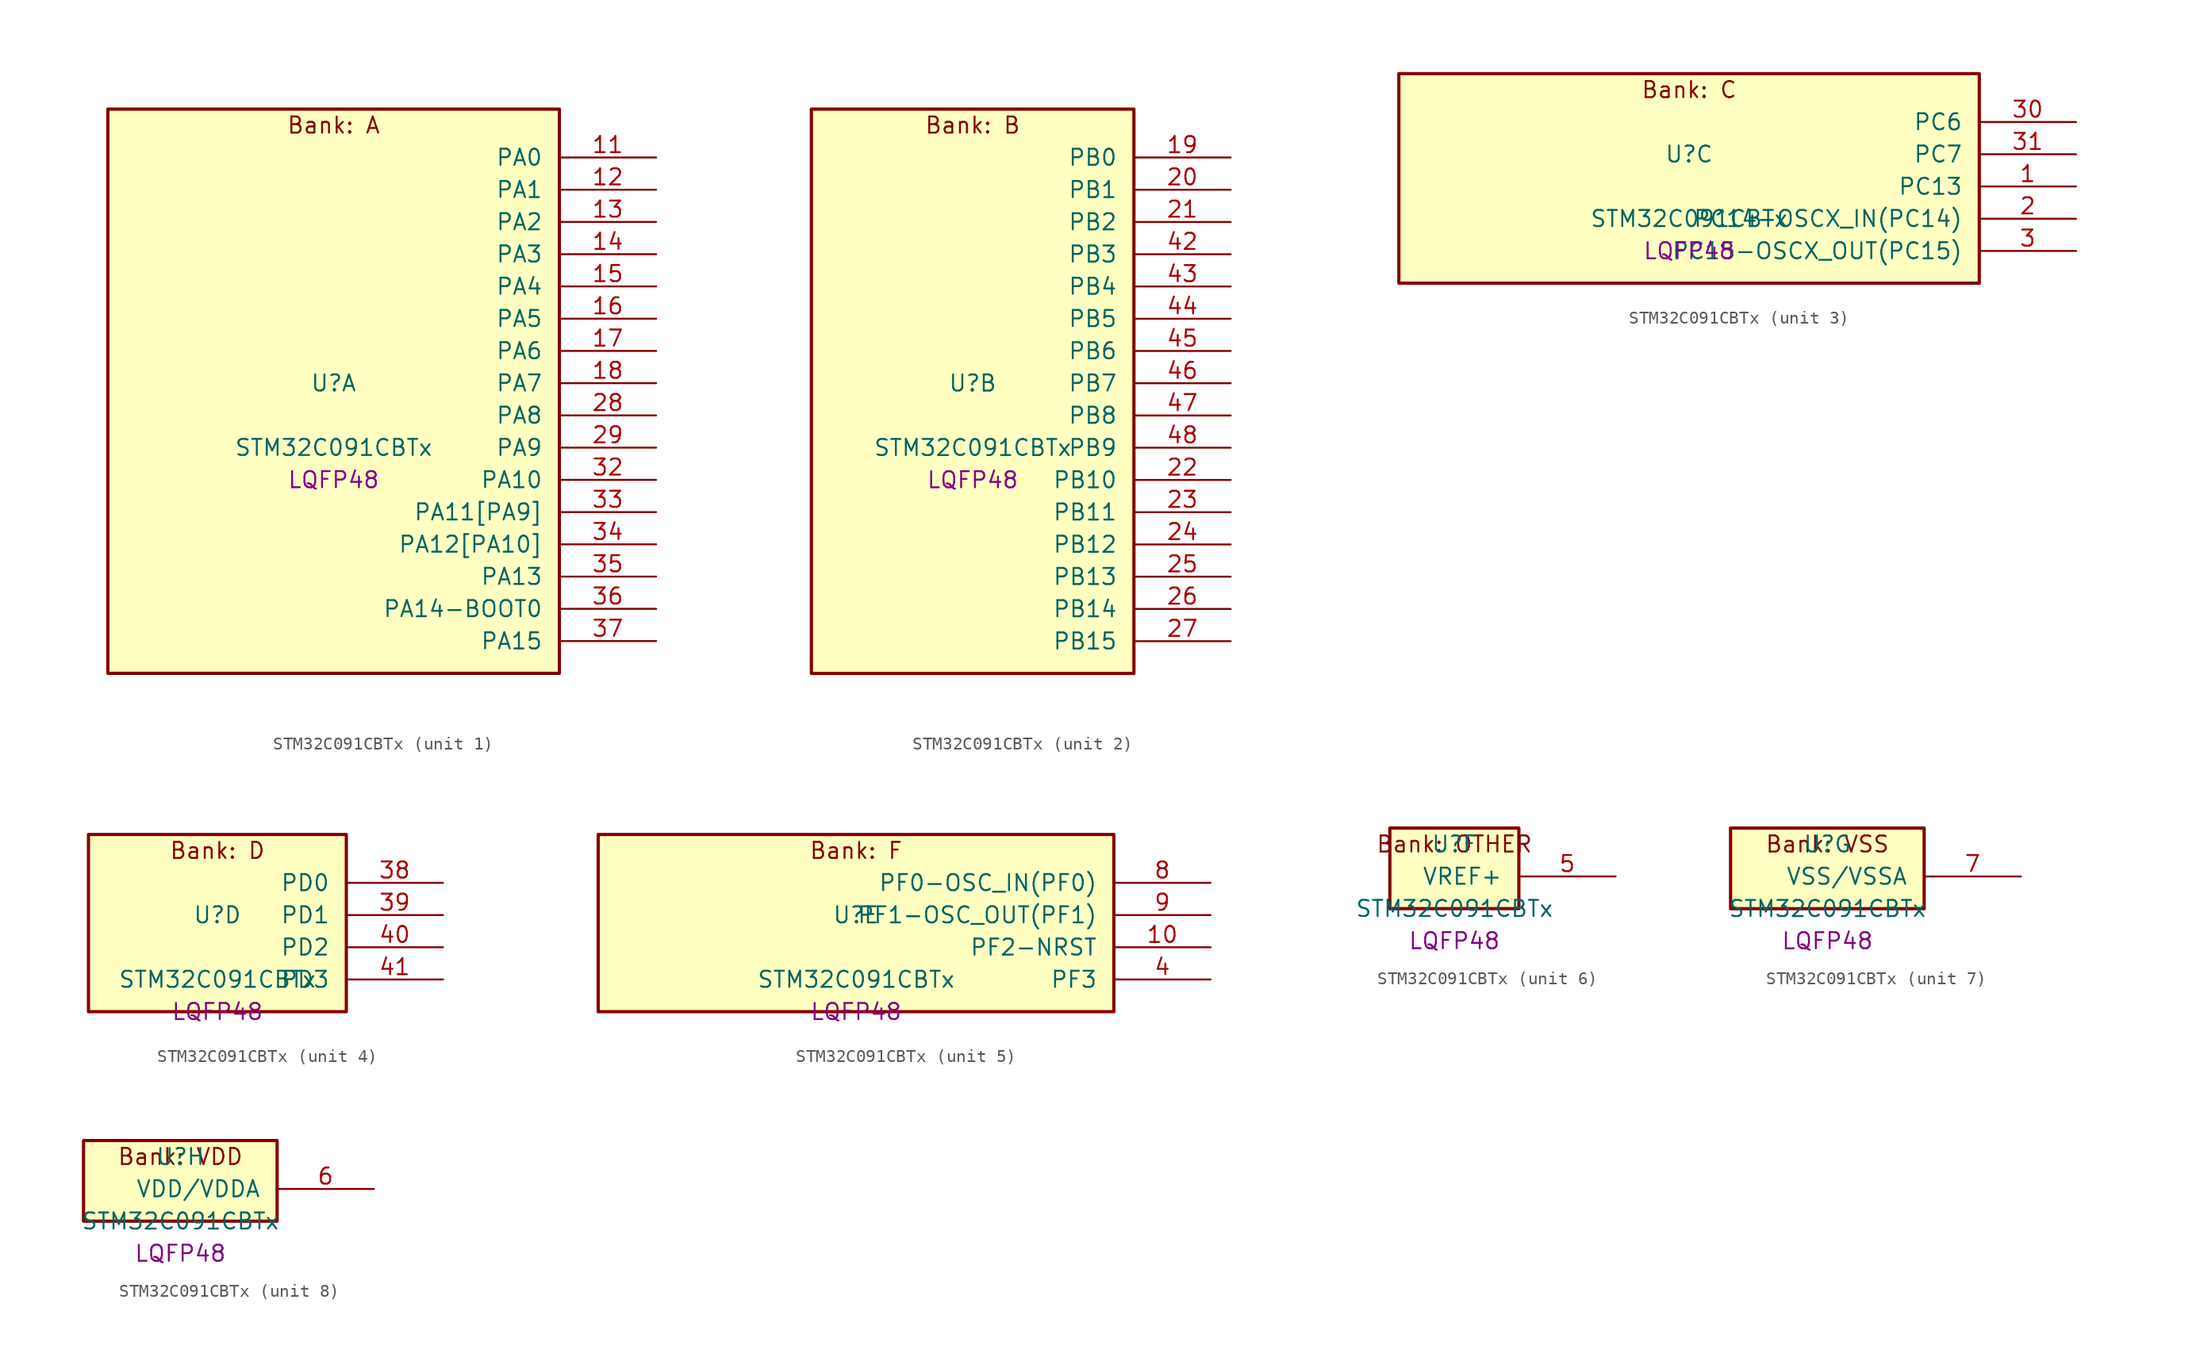
<source format=kicad_sym>
(kicad_symbol_lib
  (version 20241209)
  (generator "stm32_pkl_generator")
  (generator_version "1.0")
  (symbol "STM32C091CBTx"
    (pin_names
      (offset 1.27))
    (property "Reference" "U"
      (at 0 2.54 0))
    (property "Value" "STM32C091CBTx"
      (at 0 -2.54 0))
    (property "Footprint" "LQFP48"
      (at 0 -5.08 0))
    (symbol "STM32C091CBTx_1_1"
      (rectangle (start -17.78 24.13) (end 17.78 -20.32) (stroke (width 0.254) (type solid)) (fill (type background)))
      (text "Bank: A" (at 0 22.86 0))
      (pin bidirectional line (at 25.4 20.32 180) (length 7.62) (name "PA0") (number "11") (alternate "PA0/ADC1_IN0" bidirectional line) (alternate "PA0/PWR_WKUP1" bidirectional line) (alternate "PA0/SPI2_SCK" bidirectional line) (alternate "PA0/TIM16_CH1" bidirectional line) (alternate "PA0/TIM1_CH1" bidirectional line) (alternate "PA0/TIM2_CH1" bidirectional line) (alternate "PA0/TIM2_ETR" bidirectional line) (alternate "PA0/USART1_TX" bidirectional line) (alternate "PA0/USART2_CTS" bidirectional line) (alternate "PA0/USART2_NSS" bidirectional line) (alternate "PA0/USART4_TX" bidirectional line))
      (pin bidirectional line (at 25.4 17.78 180) (length 7.62) (name "PA1") (number "12") (alternate "PA1/ADC1_IN1" bidirectional line) (alternate "PA1/I2C1_SMBA" bidirectional line) (alternate "PA1/I2S1_CK" bidirectional line) (alternate "PA1/SPI1_SCK" bidirectional line) (alternate "PA1/TIM15_CH1N" bidirectional line) (alternate "PA1/TIM17_CH1" bidirectional line) (alternate "PA1/TIM1_CH2" bidirectional line) (alternate "PA1/TIM2_CH2" bidirectional line) (alternate "PA1/USART1_RX" bidirectional line) (alternate "PA1/USART2_CK" bidirectional line) (alternate "PA1/USART2_DE" bidirectional line) (alternate "PA1/USART2_RTS" bidirectional line) (alternate "PA1/USART4_RX" bidirectional line))
      (pin bidirectional line (at 25.4 15.24 180) (length 7.62) (name "PA2") (number "13") (alternate "PA2/ADC1_IN2" bidirectional line) (alternate "PA2/I2S1_SD" bidirectional line) (alternate "PA2/PWR_WKUP4" bidirectional line) (alternate "PA2/RCC_LSCO" bidirectional line) (alternate "PA2/SPI1_MOSI" bidirectional line) (alternate "PA2/TIM15_CH1" bidirectional line) (alternate "PA2/TIM16_CH1N" bidirectional line) (alternate "PA2/TIM1_CH3" bidirectional line) (alternate "PA2/TIM2_CH3" bidirectional line) (alternate "PA2/TIM3_ETR" bidirectional line) (alternate "PA2/USART2_TX" bidirectional line))
      (pin bidirectional line (at 25.4 12.7 180) (length 7.62) (name "PA3") (number "14") (alternate "PA3/ADC1_IN3" bidirectional line) (alternate "PA3/SPI2_MISO" bidirectional line) (alternate "PA3/TIM15_CH2" bidirectional line) (alternate "PA3/TIM1_CH1N" bidirectional line) (alternate "PA3/TIM1_CH4" bidirectional line) (alternate "PA3/TIM2_CH4" bidirectional line) (alternate "PA3/USART2_RX" bidirectional line))
      (pin bidirectional line (at 25.4 10.16 180) (length 7.62) (name "PA4") (number "15") (alternate "PA4/ADC1_IN4" bidirectional line) (alternate "PA4/I2S1_WS" bidirectional line) (alternate "PA4/RTC_OUT2" bidirectional line) (alternate "PA4/SPI1_NSS" bidirectional line) (alternate "PA4/SPI2_MOSI" bidirectional line) (alternate "PA4/TIM14_CH1" bidirectional line) (alternate "PA4/TIM17_CH1N" bidirectional line) (alternate "PA4/TIM1_CH2N" bidirectional line) (alternate "PA4/USART2_TX" bidirectional line))
      (pin bidirectional line (at 25.4 7.62 180) (length 7.62) (name "PA5") (number "16") (alternate "PA5/ADC1_IN5" bidirectional line) (alternate "PA5/I2S1_CK" bidirectional line) (alternate "PA5/SPI1_SCK" bidirectional line) (alternate "PA5/TIM1_CH1" bidirectional line) (alternate "PA5/TIM1_CH3N" bidirectional line) (alternate "PA5/TIM2_CH1" bidirectional line) (alternate "PA5/TIM2_ETR" bidirectional line) (alternate "PA5/USART2_RX" bidirectional line) (alternate "PA5/USART3_TX" bidirectional line))
      (pin bidirectional line (at 25.4 5.08 180) (length 7.62) (name "PA6") (number "17") (alternate "PA6/ADC1_IN6" bidirectional line) (alternate "PA6/I2C2_SDA" bidirectional line) (alternate "PA6/I2S1_MCK" bidirectional line) (alternate "PA6/SPI1_MISO" bidirectional line) (alternate "PA6/TIM16_CH1" bidirectional line) (alternate "PA6/TIM1_BKIN" bidirectional line) (alternate "PA6/TIM3_CH1" bidirectional line) (alternate "PA6/USART3_CTS" bidirectional line) (alternate "PA6/USART3_NSS" bidirectional line))
      (pin bidirectional line (at 25.4 2.54 180) (length 7.62) (name "PA7") (number "18") (alternate "PA7/ADC1_IN7" bidirectional line) (alternate "PA7/I2C2_SCL" bidirectional line) (alternate "PA7/I2S1_SD" bidirectional line) (alternate "PA7/SPI1_MOSI" bidirectional line) (alternate "PA7/TIM14_CH1" bidirectional line) (alternate "PA7/TIM17_CH1" bidirectional line) (alternate "PA7/TIM1_CH1N" bidirectional line) (alternate "PA7/TIM3_CH2" bidirectional line))
      (pin bidirectional line (at 25.4 0 180) (length 7.62) (name "PA8") (number "28") (alternate "PA8/ADC1_IN8" bidirectional line) (alternate "PA8/I2S1_WS" bidirectional line) (alternate "PA8/RCC_MCO" bidirectional line) (alternate "PA8/RCC_MCO_2" bidirectional line) (alternate "PA8/SPI1_NSS" bidirectional line) (alternate "PA8/SPI2_MISO" bidirectional line) (alternate "PA8/SPI2_NSS" bidirectional line) (alternate "PA8/TIM14_CH1" bidirectional line) (alternate "PA8/TIM1_CH1" bidirectional line) (alternate "PA8/TIM1_CH2N" bidirectional line) (alternate "PA8/TIM1_CH3N" bidirectional line) (alternate "PA8/TIM3_CH3" bidirectional line) (alternate "PA8/TIM3_CH4" bidirectional line) (alternate "PA8/USART1_RX" bidirectional line) (alternate "PA8/USART2_TX" bidirectional line))
      (pin bidirectional line (at 25.4 -2.54 180) (length 7.62) (name "PA9") (number "29") (alternate "PA9/I2C1_SCL" bidirectional line) (alternate "PA9/I2C2_SCL" bidirectional line) (alternate "PA9/RCC_MCO" bidirectional line) (alternate "PA9/SPI2_MISO" bidirectional line) (alternate "PA9/TIM15_BKIN" bidirectional line) (alternate "PA9/TIM1_CH2" bidirectional line) (alternate "PA9/TIM3_ETR" bidirectional line) (alternate "PA9/USART1_TX" bidirectional line) (alternate "PA9/NC" bidirectional line))
      (pin bidirectional line (at 25.4 -5.08 180) (length 7.62) (name "PA10") (number "32") (alternate "PA10/I2C1_SDA" bidirectional line) (alternate "PA10/I2C2_SDA" bidirectional line) (alternate "PA10/RCC_MCO_2" bidirectional line) (alternate "PA10/SPI2_MOSI" bidirectional line) (alternate "PA10/TIM17_BKIN" bidirectional line) (alternate "PA10/TIM1_CH3" bidirectional line) (alternate "PA10/USART1_RX" bidirectional line) (alternate "PA10/NC" bidirectional line))
      (pin bidirectional line (at 25.4 -7.62 180) (length 7.62) (name "PA11[PA9]") (number "33") (alternate "PA11[PA9]/ADC1_EXTI11" bidirectional line) (alternate "PA11[PA9]/I2C2_SCL" bidirectional line) (alternate "PA11[PA9]/I2S1_MCK" bidirectional line) (alternate "PA11[PA9]/SPI1_MISO" bidirectional line) (alternate "PA11[PA9]/TIM1_BKIN2" bidirectional line) (alternate "PA11[PA9]/TIM1_CH4" bidirectional line) (alternate "PA11[PA9]/USART1_CTS" bidirectional line) (alternate "PA11[PA9]/USART1_NSS" bidirectional line) (alternate "PA11[PA9]/PA9[PA11]" bidirectional line) (alternate "PA11[PA9]/I2C1_SCL" bidirectional line) (alternate "PA11[PA9]/RCC_MCO" bidirectional line) (alternate "PA11[PA9]/SPI2_MISO" bidirectional line) (alternate "PA11[PA9]/TIM15_BKIN" bidirectional line) (alternate "PA11[PA9]/TIM1_CH2" bidirectional line) (alternate "PA11[PA9]/TIM3_ETR" bidirectional line) (alternate "PA11[PA9]/USART1_TX" bidirectional line))
      (pin bidirectional line (at 25.4 -10.16 180) (length 7.62) (name "PA12[PA10]") (number "34") (alternate "PA12[PA10]/I2C2_SDA" bidirectional line) (alternate "PA12[PA10]/I2S1_SD" bidirectional line) (alternate "PA12[PA10]/I2S_CKIN" bidirectional line) (alternate "PA12[PA10]/SPI1_MOSI" bidirectional line) (alternate "PA12[PA10]/TIM1_ETR" bidirectional line) (alternate "PA12[PA10]/USART1_CK" bidirectional line) (alternate "PA12[PA10]/USART1_DE" bidirectional line) (alternate "PA12[PA10]/USART1_RTS" bidirectional line) (alternate "PA12[PA10]/PA10[PA12]" bidirectional line) (alternate "PA12[PA10]/I2C1_SDA" bidirectional line) (alternate "PA12[PA10]/RCC_MCO_2" bidirectional line) (alternate "PA12[PA10]/SPI2_MOSI" bidirectional line) (alternate "PA12[PA10]/TIM17_BKIN" bidirectional line) (alternate "PA12[PA10]/TIM1_CH3" bidirectional line) (alternate "PA12[PA10]/USART1_RX" bidirectional line))
      (pin bidirectional line (at 25.4 -12.7 180) (length 7.62) (name "PA13") (number "35") (alternate "PA13/ADC1_IN13" bidirectional line) (alternate "PA13/DEBUG_SWDIO" bidirectional line) (alternate "PA13/IR_OUT" bidirectional line) (alternate "PA13/TIM3_ETR" bidirectional line) (alternate "PA13/USART2_RX" bidirectional line))
      (pin bidirectional line (at 25.4 -15.24 180) (length 7.62) (name "PA14-BOOT0") (number "36") (alternate "PA14-BOOT0/ADC1_IN14" bidirectional line) (alternate "PA14-BOOT0/BOOT0" bidirectional line) (alternate "PA14-BOOT0/DEBUG_SWCLK" bidirectional line) (alternate "PA14-BOOT0/I2S1_WS" bidirectional line) (alternate "PA14-BOOT0/RCC_MCO_2" bidirectional line) (alternate "PA14-BOOT0/SPI1_NSS" bidirectional line) (alternate "PA14-BOOT0/TIM1_CH1" bidirectional line) (alternate "PA14-BOOT0/USART1_CK" bidirectional line) (alternate "PA14-BOOT0/USART1_DE" bidirectional line) (alternate "PA14-BOOT0/USART1_RTS" bidirectional line) (alternate "PA14-BOOT0/USART2_RX" bidirectional line) (alternate "PA14-BOOT0/USART2_TX" bidirectional line))
      (pin bidirectional line (at 25.4 -17.78 180) (length 7.62) (name "PA15") (number "37") (alternate "PA15/I2S1_WS" bidirectional line) (alternate "PA15/RCC_MCO_2" bidirectional line) (alternate "PA15/SPI1_NSS" bidirectional line) (alternate "PA15/TIM1_CH1" bidirectional line) (alternate "PA15/TIM2_CH1" bidirectional line) (alternate "PA15/TIM2_ETR" bidirectional line) (alternate "PA15/USART1_CK" bidirectional line) (alternate "PA15/USART1_DE" bidirectional line) (alternate "PA15/USART1_RTS" bidirectional line) (alternate "PA15/USART2_RX" bidirectional line) (alternate "PA15/USART3_CK" bidirectional line) (alternate "PA15/USART3_DE" bidirectional line) (alternate "PA15/USART3_RTS" bidirectional line) (alternate "PA15/USART4_CK" bidirectional line) (alternate "PA15/USART4_DE" bidirectional line) (alternate "PA15/USART4_RTS" bidirectional line)))
    (symbol "STM32C091CBTx_2_1"
      (rectangle (start -12.7 24.13) (end 12.7 -20.32) (stroke (width 0.254) (type solid)) (fill (type background)))
      (text "Bank: B" (at 0 22.86 0))
      (pin bidirectional line (at 20.32 20.32 180) (length 7.62) (name "PB0") (number "19") (alternate "PB0/ADC1_IN17" bidirectional line) (alternate "PB0/I2S1_WS" bidirectional line) (alternate "PB0/SPI1_NSS" bidirectional line) (alternate "PB0/TIM1_CH2N" bidirectional line) (alternate "PB0/TIM3_CH3" bidirectional line) (alternate "PB0/USART3_RX" bidirectional line))
      (pin bidirectional line (at 20.32 17.78 180) (length 7.62) (name "PB1") (number "20") (alternate "PB1/ADC1_IN18" bidirectional line) (alternate "PB1/TIM14_CH1" bidirectional line) (alternate "PB1/TIM1_CH2N" bidirectional line) (alternate "PB1/TIM1_CH3N" bidirectional line) (alternate "PB1/TIM3_CH4" bidirectional line) (alternate "PB1/USART3_CK" bidirectional line) (alternate "PB1/USART3_DE" bidirectional line) (alternate "PB1/USART3_RTS" bidirectional line))
      (pin bidirectional line (at 20.32 15.24 180) (length 7.62) (name "PB2") (number "21") (alternate "PB2/ADC1_IN19" bidirectional line) (alternate "PB2/RCC_MCO_2" bidirectional line) (alternate "PB2/SPI2_MISO" bidirectional line) (alternate "PB2/USART1_RX" bidirectional line) (alternate "PB2/USART3_TX" bidirectional line))
      (pin bidirectional line (at 20.32 12.7 180) (length 7.62) (name "PB3") (number "42") (alternate "PB3/I2C2_SCL" bidirectional line) (alternate "PB3/I2S1_CK" bidirectional line) (alternate "PB3/SPI1_SCK" bidirectional line) (alternate "PB3/TIM1_CH2" bidirectional line) (alternate "PB3/TIM2_CH2" bidirectional line) (alternate "PB3/TIM3_CH2" bidirectional line) (alternate "PB3/USART1_CK" bidirectional line) (alternate "PB3/USART1_DE" bidirectional line) (alternate "PB3/USART1_RTS" bidirectional line))
      (pin bidirectional line (at 20.32 10.16 180) (length 7.62) (name "PB4") (number "43") (alternate "PB4/I2C2_SDA" bidirectional line) (alternate "PB4/I2S1_MCK" bidirectional line) (alternate "PB4/SPI1_MISO" bidirectional line) (alternate "PB4/TIM17_BKIN" bidirectional line) (alternate "PB4/TIM3_CH1" bidirectional line) (alternate "PB4/USART1_CTS" bidirectional line) (alternate "PB4/USART1_NSS" bidirectional line))
      (pin bidirectional line (at 20.32 7.62 180) (length 7.62) (name "PB5") (number "44") (alternate "PB5/I2C1_SMBA" bidirectional line) (alternate "PB5/I2S1_SD" bidirectional line) (alternate "PB5/PWR_WKUP6" bidirectional line) (alternate "PB5/SPI1_MOSI" bidirectional line) (alternate "PB5/TIM16_BKIN" bidirectional line) (alternate "PB5/TIM3_CH2" bidirectional line) (alternate "PB5/TIM3_CH3" bidirectional line))
      (pin bidirectional line (at 20.32 5.08 180) (length 7.62) (name "PB6") (number "45") (alternate "PB6/I2C1_SCL" bidirectional line) (alternate "PB6/I2C1_SMBA" bidirectional line) (alternate "PB6/I2S1_CK" bidirectional line) (alternate "PB6/I2S1_MCK" bidirectional line) (alternate "PB6/I2S1_SD" bidirectional line) (alternate "PB6/PWR_WKUP3" bidirectional line) (alternate "PB6/SPI1_MISO" bidirectional line) (alternate "PB6/SPI1_MOSI" bidirectional line) (alternate "PB6/SPI1_SCK" bidirectional line) (alternate "PB6/SPI2_MISO" bidirectional line) (alternate "PB6/TIM16_BKIN" bidirectional line) (alternate "PB6/TIM16_CH1N" bidirectional line) (alternate "PB6/TIM1_CH2" bidirectional line) (alternate "PB6/TIM1_CH3" bidirectional line) (alternate "PB6/TIM3_CH1" bidirectional line) (alternate "PB6/TIM3_CH2" bidirectional line) (alternate "PB6/TIM3_CH3" bidirectional line) (alternate "PB6/USART1_CTS" bidirectional line) (alternate "PB6/USART1_NSS" bidirectional line) (alternate "PB6/USART1_TX" bidirectional line))
      (pin bidirectional line (at 20.32 2.54 180) (length 7.62) (name "PB7") (number "46") (alternate "PB7/I2C1_SCL" bidirectional line) (alternate "PB7/I2C1_SDA" bidirectional line) (alternate "PB7/SPI2_MOSI" bidirectional line) (alternate "PB7/TIM16_CH1" bidirectional line) (alternate "PB7/TIM17_CH1N" bidirectional line) (alternate "PB7/TIM1_CH4" bidirectional line) (alternate "PB7/TIM3_CH1" bidirectional line) (alternate "PB7/TIM3_CH4" bidirectional line) (alternate "PB7/USART1_RX" bidirectional line) (alternate "PB7/USART2_CTS" bidirectional line) (alternate "PB7/USART2_NSS" bidirectional line) (alternate "PB7/USART4_CTS" bidirectional line) (alternate "PB7/USART4_NSS" bidirectional line))
      (pin bidirectional line (at 20.32 0 180) (length 7.62) (name "PB8") (number "47") (alternate "PB8/I2C1_SCL" bidirectional line) (alternate "PB8/SPI2_SCK" bidirectional line) (alternate "PB8/TIM15_BKIN" bidirectional line) (alternate "PB8/TIM16_CH1" bidirectional line) (alternate "PB8/TIM3_CH1" bidirectional line) (alternate "PB8/USART2_CTS" bidirectional line) (alternate "PB8/USART2_NSS" bidirectional line) (alternate "PB8/USART3_TX" bidirectional line))
      (pin bidirectional line (at 20.32 -2.54 180) (length 7.62) (name "PB9") (number "48") (alternate "PB9/I2C1_SDA" bidirectional line) (alternate "PB9/IR_OUT" bidirectional line) (alternate "PB9/SPI2_NSS" bidirectional line) (alternate "PB9/TIM17_CH1" bidirectional line) (alternate "PB9/TIM3_CH2" bidirectional line) (alternate "PB9/USART2_CK" bidirectional line) (alternate "PB9/USART2_DE" bidirectional line) (alternate "PB9/USART2_RTS" bidirectional line) (alternate "PB9/USART3_RX" bidirectional line))
      (pin bidirectional line (at 20.32 -5.08 180) (length 7.62) (name "PB10") (number "22") (alternate "PB10/ADC1_IN20" bidirectional line) (alternate "PB10/I2C2_SCL" bidirectional line) (alternate "PB10/SPI2_SCK" bidirectional line) (alternate "PB10/TIM2_CH3" bidirectional line) (alternate "PB10/USART3_TX" bidirectional line))
      (pin bidirectional line (at 20.32 -7.62 180) (length 7.62) (name "PB11") (number "23") (alternate "PB11/ADC1_EXTI11" bidirectional line) (alternate "PB11/ADC1_IN21" bidirectional line) (alternate "PB11/I2C2_SDA" bidirectional line) (alternate "PB11/SPI2_MOSI" bidirectional line) (alternate "PB11/TIM2_CH4" bidirectional line) (alternate "PB11/USART3_RX" bidirectional line))
      (pin bidirectional line (at 20.32 -10.16 180) (length 7.62) (name "PB12") (number "24") (alternate "PB12/ADC1_IN22" bidirectional line) (alternate "PB12/SPI2_NSS" bidirectional line) (alternate "PB12/TIM15_BKIN" bidirectional line) (alternate "PB12/TIM1_BKIN" bidirectional line) (alternate "PB12/TIM1_BKIN2" bidirectional line))
      (pin bidirectional line (at 20.32 -12.7 180) (length 7.62) (name "PB13") (number "25") (alternate "PB13/I2C2_SCL" bidirectional line) (alternate "PB13/SPI2_SCK" bidirectional line) (alternate "PB13/TIM15_CH1N" bidirectional line) (alternate "PB13/TIM1_CH1N" bidirectional line) (alternate "PB13/USART3_CTS" bidirectional line) (alternate "PB13/USART3_NSS" bidirectional line))
      (pin bidirectional line (at 20.32 -15.24 180) (length 7.62) (name "PB14") (number "26") (alternate "PB14/I2C2_SDA" bidirectional line) (alternate "PB14/SPI2_MISO" bidirectional line) (alternate "PB14/TIM15_CH1" bidirectional line) (alternate "PB14/TIM1_CH2N" bidirectional line) (alternate "PB14/USART3_CK" bidirectional line) (alternate "PB14/USART3_DE" bidirectional line) (alternate "PB14/USART3_RTS" bidirectional line))
      (pin bidirectional line (at 20.32 -17.78 180) (length 7.62) (name "PB15") (number "27") (alternate "PB15/RTC_REFIN" bidirectional line) (alternate "PB15/SPI2_MOSI" bidirectional line) (alternate "PB15/TIM15_CH1N" bidirectional line) (alternate "PB15/TIM15_CH2" bidirectional line) (alternate "PB15/TIM1_CH3N" bidirectional line)))
    (symbol "STM32C091CBTx_3_1"
      (rectangle (start -22.86 8.89) (end 22.86 -7.62) (stroke (width 0.254) (type solid)) (fill (type background)))
      (text "Bank: C" (at 0 7.62 0))
      (pin bidirectional line (at 30.48 5.08 180) (length 7.62) (name "PC6") (number "30") (alternate "PC6/TIM2_CH3" bidirectional line) (alternate "PC6/TIM3_CH1" bidirectional line))
      (pin bidirectional line (at 30.48 2.54 180) (length 7.62) (name "PC7") (number "31") (alternate "PC7/TIM2_CH4" bidirectional line) (alternate "PC7/TIM3_CH2" bidirectional line))
      (pin bidirectional line (at 30.48 0 180) (length 7.62) (name "PC13") (number "1") (alternate "PC13/PWR_WKUP2" bidirectional line) (alternate "PC13/RTC_OUT1" bidirectional line) (alternate "PC13/RTC_TS" bidirectional line) (alternate "PC13/TIM1_BKIN" bidirectional line) (alternate "PC13/TIM1_ETR" bidirectional line))
      (pin bidirectional line (at 30.48 -2.54 180) (length 7.62) (name "PC14-OSCX_IN(PC14)") (number "2") (alternate "PC14-OSCX_IN(PC14)/I2C1_SDA" bidirectional line) (alternate "PC14-OSCX_IN(PC14)/IR_OUT" bidirectional line) (alternate "PC14-OSCX_IN(PC14)/RCC_OSCX_IN" bidirectional line) (alternate "PC14-OSCX_IN(PC14)/SPI2_NSS" bidirectional line) (alternate "PC14-OSCX_IN(PC14)/TIM17_CH1" bidirectional line) (alternate "PC14-OSCX_IN(PC14)/TIM1_BKIN2" bidirectional line) (alternate "PC14-OSCX_IN(PC14)/TIM1_ETR" bidirectional line) (alternate "PC14-OSCX_IN(PC14)/TIM3_CH2" bidirectional line) (alternate "PC14-OSCX_IN(PC14)/USART1_TX" bidirectional line) (alternate "PC14-OSCX_IN(PC14)/USART2_CK" bidirectional line) (alternate "PC14-OSCX_IN(PC14)/USART2_DE" bidirectional line) (alternate "PC14-OSCX_IN(PC14)/USART2_RTS" bidirectional line) (alternate "PC14-OSCX_IN(PC14)/USART3_TX" bidirectional line))
      (pin bidirectional line (at 30.48 -5.08 180) (length 7.62) (name "PC15-OSCX_OUT(PC15)") (number "3") (alternate "PC15-OSCX_OUT(PC15)/RCC_OSC32_EN" bidirectional line) (alternate "PC15-OSCX_OUT(PC15)/RCC_OSCX_OUT" bidirectional line) (alternate "PC15-OSCX_OUT(PC15)/RCC_OSC_EN" bidirectional line) (alternate "PC15-OSCX_OUT(PC15)/TIM15_BKIN" bidirectional line) (alternate "PC15-OSCX_OUT(PC15)/TIM1_ETR" bidirectional line) (alternate "PC15-OSCX_OUT(PC15)/TIM3_CH3" bidirectional line)))
    (symbol "STM32C091CBTx_4_1"
      (rectangle (start -10.16 8.89) (end 10.16 -5.08) (stroke (width 0.254) (type solid)) (fill (type background)))
      (text "Bank: D" (at 0 7.62 0))
      (pin bidirectional line (at 17.78 5.08 180) (length 7.62) (name "PD0") (number "38") (alternate "PD0/SPI2_NSS" bidirectional line) (alternate "PD0/TIM16_CH1" bidirectional line))
      (pin bidirectional line (at 17.78 2.54 180) (length 7.62) (name "PD1") (number "39") (alternate "PD1/SPI2_SCK" bidirectional line) (alternate "PD1/TIM17_CH1" bidirectional line))
      (pin bidirectional line (at 17.78 0 180) (length 7.62) (name "PD2") (number "40") (alternate "PD2/TIM1_CH1N" bidirectional line) (alternate "PD2/TIM3_ETR" bidirectional line) (alternate "PD2/USART3_CK" bidirectional line) (alternate "PD2/USART3_DE" bidirectional line) (alternate "PD2/USART3_RTS" bidirectional line))
      (pin bidirectional line (at 17.78 -2.54 180) (length 7.62) (name "PD3") (number "41") (alternate "PD3/SPI2_MISO" bidirectional line) (alternate "PD3/TIM1_CH2N" bidirectional line) (alternate "PD3/USART2_CTS" bidirectional line) (alternate "PD3/USART2_NSS" bidirectional line)))
    (symbol "STM32C091CBTx_5_1"
      (rectangle (start -20.32 8.89) (end 20.32 -5.08) (stroke (width 0.254) (type solid)) (fill (type background)))
      (text "Bank: F" (at 0 7.62 0))
      (pin bidirectional line (at 27.94 5.08 180) (length 7.62) (name "PF0-OSC_IN(PF0)") (number "8") (alternate "PF0-OSC_IN(PF0)/RCC_OSC_IN" bidirectional line) (alternate "PF0-OSC_IN(PF0)/TIM14_CH1" bidirectional line))
      (pin bidirectional line (at 27.94 2.54 180) (length 7.62) (name "PF1-OSC_OUT(PF1)") (number "9") (alternate "PF1-OSC_OUT(PF1)/RCC_OSC_EN" bidirectional line) (alternate "PF1-OSC_OUT(PF1)/RCC_OSC_OUT" bidirectional line) (alternate "PF1-OSC_OUT(PF1)/TIM15_CH1N" bidirectional line))
      (pin bidirectional line (at 27.94 0 180) (length 7.62) (name "PF2-NRST") (number "10") (alternate "PF2-NRST/RCC_MCO" bidirectional line) (alternate "PF2-NRST/TIM1_CH4" bidirectional line))
      (pin bidirectional line (at 27.94 -2.54 180) (length 7.62) (name "PF3") (number "4")))
    (symbol "STM32C091CBTx_6_1"
      (rectangle (start -5.08 3.81) (end 5.08 -2.54) (stroke (width 0.254) (type solid)) (fill (type background)))
      (text "Bank: OTHER" (at 0 2.54 0))
      (pin bidirectional line (at 12.7 0 180) (length 7.62) (name "VREF+") (number "5")))
    (symbol "STM32C091CBTx_7_1"
      (rectangle (start -7.62 3.81) (end 7.62 -2.54) (stroke (width 0.254) (type solid)) (fill (type background)))
      (text "Bank: VSS" (at 0 2.54 0))
      (pin power_in line (at 15.24 0 180) (length 7.62) (name "VSS/VSSA") (number "7")))
    (symbol "STM32C091CBTx_8_1"
      (rectangle (start -7.62 3.81) (end 7.62 -2.54) (stroke (width 0.254) (type solid)) (fill (type background)))
      (text "Bank: VDD" (at 0 2.54 0))
      (pin power_in line (at 15.24 0 180) (length 7.62) (name "VDD/VDDA") (number "6")))))
</source>
